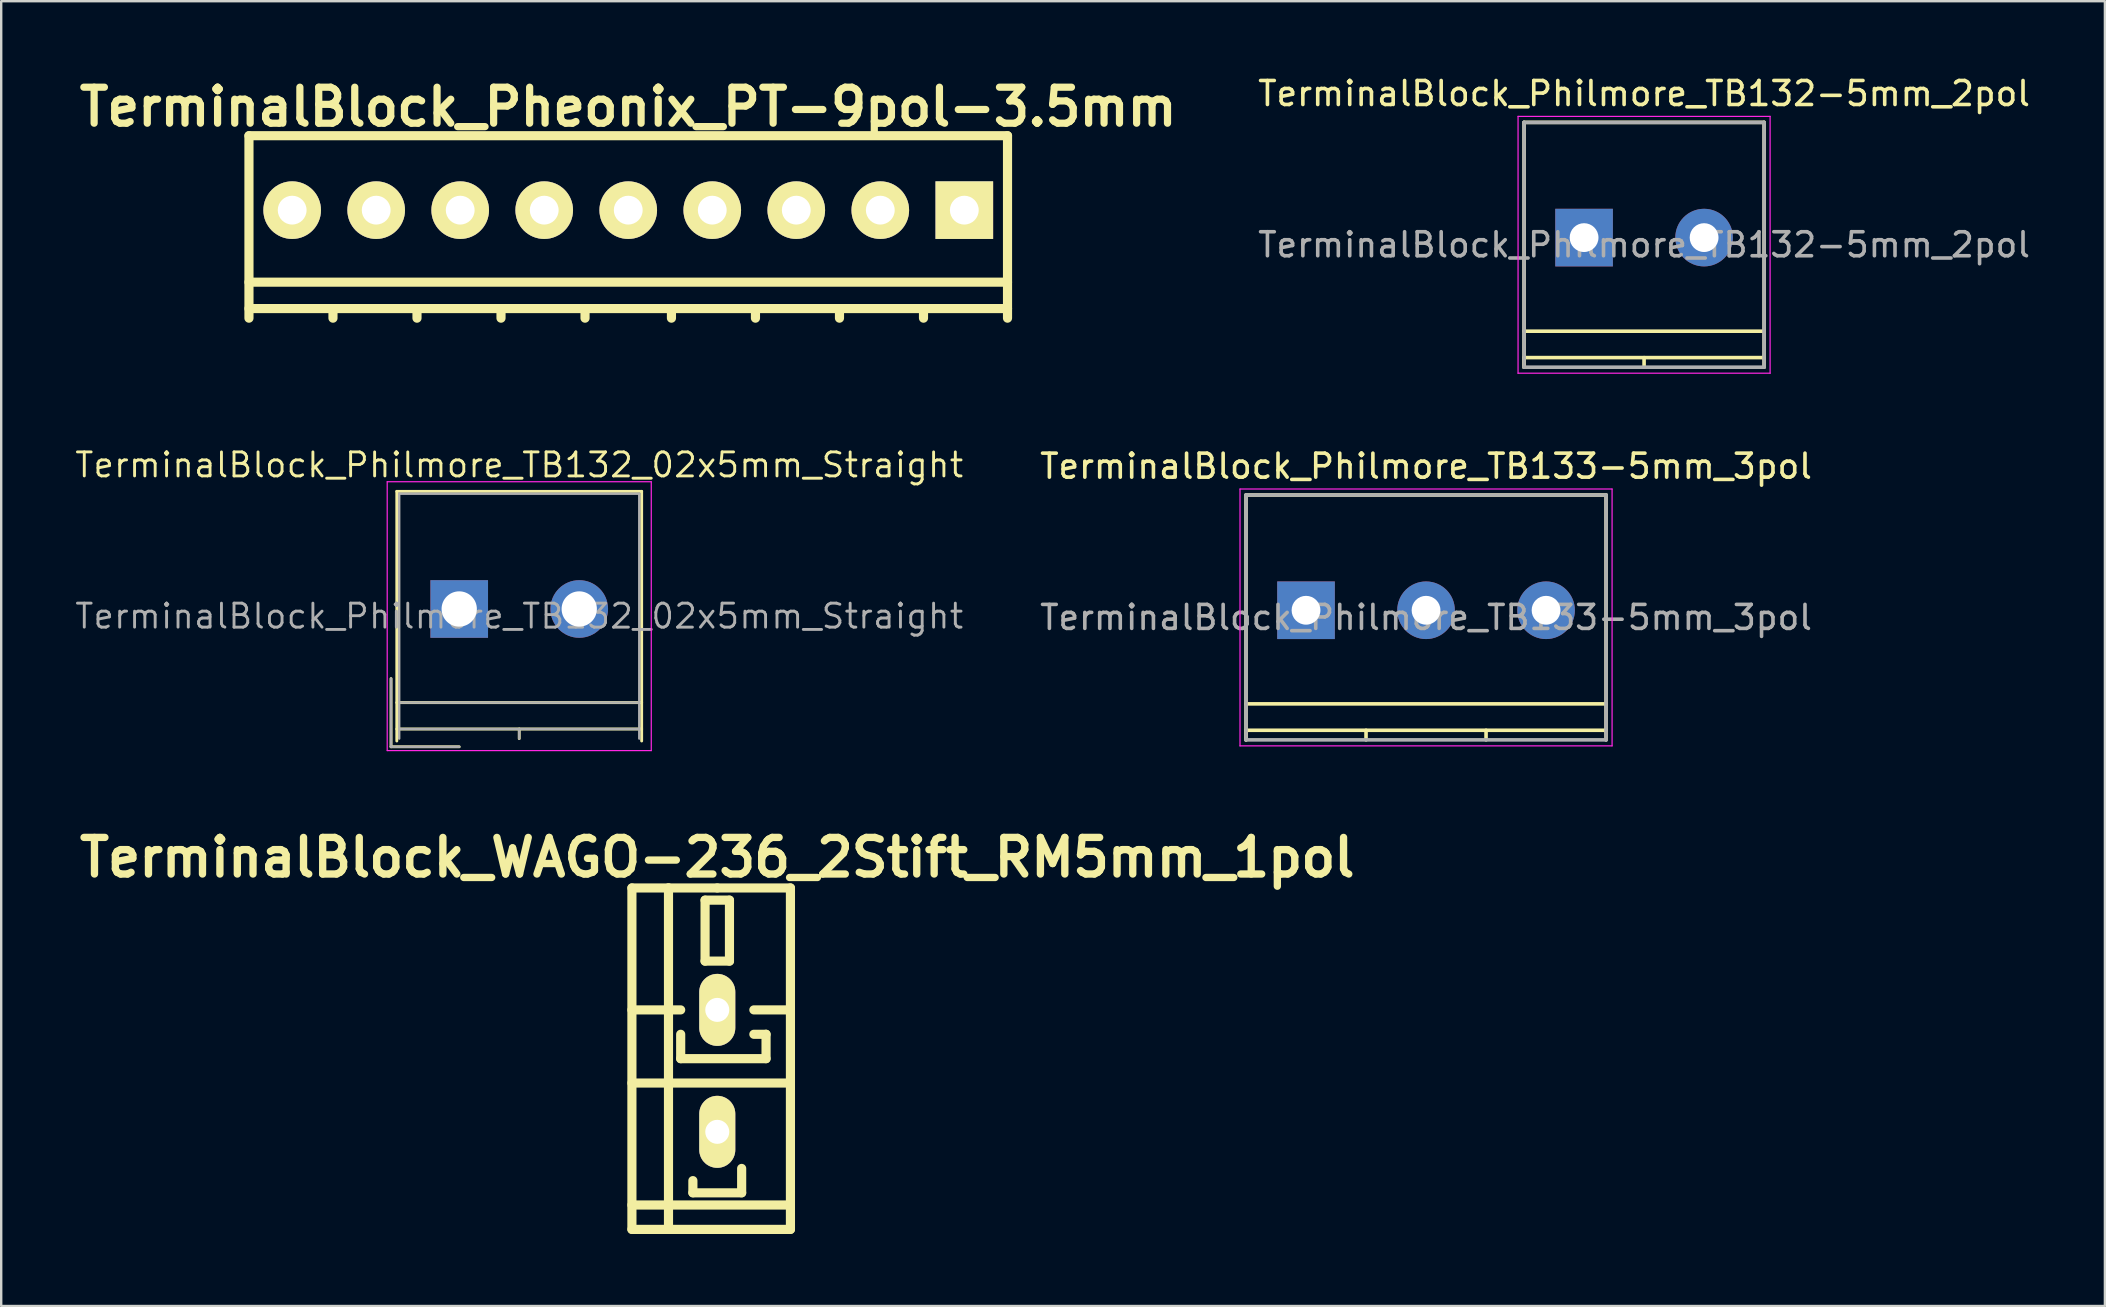
<source format=kicad_pcb>
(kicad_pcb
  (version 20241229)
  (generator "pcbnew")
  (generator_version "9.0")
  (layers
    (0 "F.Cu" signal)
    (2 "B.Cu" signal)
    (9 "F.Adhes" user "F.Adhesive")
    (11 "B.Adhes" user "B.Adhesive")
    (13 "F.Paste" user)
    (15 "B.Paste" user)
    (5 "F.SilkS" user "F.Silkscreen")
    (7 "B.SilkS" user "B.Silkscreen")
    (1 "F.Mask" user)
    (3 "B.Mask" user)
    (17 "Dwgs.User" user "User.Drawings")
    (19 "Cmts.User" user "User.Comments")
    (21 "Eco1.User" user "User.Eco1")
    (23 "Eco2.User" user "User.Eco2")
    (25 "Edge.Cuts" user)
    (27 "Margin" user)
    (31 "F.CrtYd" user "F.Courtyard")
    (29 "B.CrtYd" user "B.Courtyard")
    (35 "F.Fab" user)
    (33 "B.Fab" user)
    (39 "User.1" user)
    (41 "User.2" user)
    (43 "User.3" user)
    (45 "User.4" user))
  (footprint "TerminalBlock_Philmore_TB132-5mm_2pol"
    (layer "F.Cu")
    (at 62.939 6.848)
    (property "Reference" "TerminalBlock_Philmore_TB132-5mm_2pol" (at 2.5 -6 0) (layer "F.SilkS") (effects (font (size 1 1) (thickness 0.15))))
    (attr through_hole)
    (fp_line (start -2.5 -4.8) (end -2.5 5.4) (stroke (width 0.15) (type solid)) (layer "F.SilkS"))
    (fp_line (start -2.5 3.9) (end 7.5 3.9) (stroke (width 0.15) (type solid)) (layer "F.SilkS"))
    (fp_line (start -2.5 5) (end -2.5 5.4) (stroke (width 0.15) (type solid)) (layer "F.SilkS"))
    (fp_line (start -2.5 5) (end 7.5 5) (stroke (width 0.15) (type solid)) (layer "F.SilkS"))
    (fp_line (start 2.5 5) (end 2.5 5.4) (stroke (width 0.15) (type solid)) (layer "F.SilkS"))
    (fp_line (start 7.5 -4.8) (end -2.5 -4.8) (stroke (width 0.15) (type solid)) (layer "F.SilkS"))
    (fp_line (start 7.5 5.4) (end 7.5 -4.8) (stroke (width 0.15) (type solid)) (layer "F.SilkS"))
    (fp_line (start -2.75 -5.05) (end -2.75 5.65) (stroke (width 0.05) (type solid)) (layer "F.CrtYd"))
    (fp_line (start -2.75 5.65) (end 7.75 5.65) (stroke (width 0.05) (type solid)) (layer "F.CrtYd"))
    (fp_line (start 7.75 -5.05) (end -2.75 -5.05) (stroke (width 0.05) (type solid)) (layer "F.CrtYd"))
    (fp_line (start 7.75 5.65) (end 7.75 -5.05) (stroke (width 0.05) (type solid)) (layer "F.CrtYd"))
    (fp_line (start -2.5 -4.8) (end -2.5 5.4) (stroke (width 0.15) (type solid)) (layer "F.Fab"))
    (fp_line (start -2.5 5.4) (end 7.5 5.4) (stroke (width 0.15) (type solid)) (layer "F.Fab"))
    (fp_line (start 7.5 -4.8) (end -2.5 -4.8) (stroke (width 0.15) (type solid)) (layer "F.Fab"))
    (fp_line (start 7.5 5.4) (end 7.5 -4.8) (stroke (width 0.15) (type solid)) (layer "F.Fab"))
    (fp_text user "${REFERENCE}" (at 2.5 0.3 0) (layer "F.Fab") (effects (font (size 1 1) (thickness 0.15))))
    (pad "1" thru_hole rect (at 0 0) (size 2.4 2.4) (drill 1.2) (layers "*.Cu" "*.Mask"))
    (pad "2" thru_hole circle (at 5 0) (size 2.4 2.4) (drill 1.2) (layers "*.Cu" "*.Mask")))
  (footprint "TerminalBlock_WAGO-236_2Stift_RM5mm_1pol"
    (layer "F.Cu")
    (at 26.83 41.56)
    (property "Reference" "TerminalBlock_WAGO-236_2Stift_RM5mm_1pol" (at 0 -8.89 0) (layer "F.SilkS") (effects (font (size 1.524 1.524) (thickness 0.305))))
    (attr through_hole)
    (fp_line (start -3.556 -7.62) (end -2.032 -7.62) (stroke (width 0.381) (type solid)) (layer "F.SilkS"))
    (fp_line (start -3.556 -2.54) (end -1.524 -2.54) (stroke (width 0.381) (type solid)) (layer "F.SilkS"))
    (fp_line (start -3.556 0.508) (end 3.048 0.508) (stroke (width 0.381) (type solid)) (layer "F.SilkS"))
    (fp_line (start -3.556 5.588) (end 3.048 5.588) (stroke (width 0.381) (type solid)) (layer "F.SilkS"))
    (fp_line (start -3.556 6.604) (end -3.556 -7.62) (stroke (width 0.381) (type solid)) (layer "F.SilkS"))
    (fp_line (start -2.032 -7.62) (end 0 -7.62) (stroke (width 0.381) (type solid)) (layer "F.SilkS"))
    (fp_line (start -2.032 6.604) (end -3.556 6.604) (stroke (width 0.381) (type solid)) (layer "F.SilkS"))
    (fp_line (start -2.032 6.604) (end -2.032 -7.62) (stroke (width 0.381) (type solid)) (layer "F.SilkS"))
    (fp_line (start -1.524 -1.524) (end -1.524 -0.508) (stroke (width 0.381) (type solid)) (layer "F.SilkS"))
    (fp_line (start -1.524 -0.508) (end 2.032 -0.508) (stroke (width 0.381) (type solid)) (layer "F.SilkS"))
    (fp_line (start -1.016 4.572) (end -1.016 5.08) (stroke (width 0.381) (type solid)) (layer "F.SilkS"))
    (fp_line (start -1.016 5.08) (end 1.016 5.08) (stroke (width 0.381) (type solid)) (layer "F.SilkS"))
    (fp_line (start -0.508 -7.112) (end 0.508 -7.112) (stroke (width 0.381) (type solid)) (layer "F.SilkS"))
    (fp_line (start -0.508 -4.572) (end -0.508 -7.112) (stroke (width 0.381) (type solid)) (layer "F.SilkS"))
    (fp_line (start 0 -7.62) (end 3.048 -7.62) (stroke (width 0.381) (type solid)) (layer "F.SilkS"))
    (fp_line (start 0.508 -7.112) (end 0.508 -4.572) (stroke (width 0.381) (type solid)) (layer "F.SilkS"))
    (fp_line (start 0.508 -4.572) (end -0.508 -4.572) (stroke (width 0.381) (type solid)) (layer "F.SilkS"))
    (fp_line (start 1.016 5.08) (end 1.016 4.064) (stroke (width 0.381) (type solid)) (layer "F.SilkS"))
    (fp_line (start 1.524 -2.54) (end 3.048 -2.54) (stroke (width 0.381) (type solid)) (layer "F.SilkS"))
    (fp_line (start 2.032 -1.524) (end 1.524 -1.524) (stroke (width 0.381) (type solid)) (layer "F.SilkS"))
    (fp_line (start 2.032 -0.508) (end 2.032 -1.524) (stroke (width 0.381) (type solid)) (layer "F.SilkS"))
    (fp_line (start 3.048 -7.62) (end 3.048 6.604) (stroke (width 0.381) (type solid)) (layer "F.SilkS"))
    (fp_line (start 3.048 6.604) (end -2.032 6.604) (stroke (width 0.381) (type solid)) (layer "F.SilkS"))
    (pad "1" thru_hole oval (at 0 -2.54 90) (size 3 1.501) (drill 1.001) (layers "*.Cu" "*.Mask" "F.SilkS"))
    (pad "1" thru_hole oval (at 0 2.54 90) (size 3 1.501) (drill 1.001) (layers "*.Cu" "*.Mask" "F.SilkS")))
  (footprint "TerminalBlock_Pheonix_PT-9pol-3.5mm"
    (layer "F.Cu")
    (at 23.121 6.404)
    (property "Reference" "TerminalBlock_Pheonix_PT-9pol-3.5mm" (at 0 -5 0) (layer "F.SilkS") (effects (font (size 1.5 1.5) (thickness 0.3))))
    (attr through_hole)
    (fp_line (start -15.8 -3.8) (end -15.8 3.8) (stroke (width 0.381) (type solid)) (layer "F.SilkS"))
    (fp_line (start -15.8 2.3) (end 15.8 2.3) (stroke (width 0.381) (type solid)) (layer "F.SilkS"))
    (fp_line (start -15.8 3.4) (end 15.8 3.4) (stroke (width 0.381) (type solid)) (layer "F.SilkS"))
    (fp_line (start -12.3 3.4) (end -12.3 3.8) (stroke (width 0.381) (type solid)) (layer "F.SilkS"))
    (fp_line (start -8.8 3.4) (end -8.8 3.8) (stroke (width 0.381) (type solid)) (layer "F.SilkS"))
    (fp_line (start -5.3 3.4) (end -5.3 3.8) (stroke (width 0.381) (type solid)) (layer "F.SilkS"))
    (fp_line (start -1.8 3.4) (end -1.8 3.8) (stroke (width 0.381) (type solid)) (layer "F.SilkS"))
    (fp_line (start 1.8 3.4) (end 1.8 3.8) (stroke (width 0.381) (type solid)) (layer "F.SilkS"))
    (fp_line (start 5.3 3.4) (end 5.3 3.8) (stroke (width 0.381) (type solid)) (layer "F.SilkS"))
    (fp_line (start 8.8 3.4) (end 8.8 3.8) (stroke (width 0.381) (type solid)) (layer "F.SilkS"))
    (fp_line (start 12.3 3.4) (end 12.3 3.8) (stroke (width 0.381) (type solid)) (layer "F.SilkS"))
    (fp_line (start 15.8 -3.8) (end -15.8 -3.8) (stroke (width 0.381) (type solid)) (layer "F.SilkS"))
    (fp_line (start 15.8 3.8) (end 15.8 -3.8) (stroke (width 0.381) (type solid)) (layer "F.SilkS"))
    (pad "1" thru_hole rect (at 14 -0.7) (size 2.4 2.4) (drill 1.2) (layers "*.Cu" "*.Mask" "F.SilkS"))
    (pad "2" thru_hole circle (at 10.5 -0.7) (size 2.4 2.4) (drill 1.2) (layers "*.Cu" "*.Mask" "F.SilkS"))
    (pad "3" thru_hole circle (at 7 -0.7) (size 2.4 2.4) (drill 1.2) (layers "*.Cu" "*.Mask" "F.SilkS"))
    (pad "4" thru_hole circle (at 3.5 -0.7) (size 2.4 2.4) (drill 1.2) (layers "*.Cu" "*.Mask" "F.SilkS"))
    (pad "5" thru_hole circle (at 0 -0.7) (size 2.4 2.4) (drill 1.2) (layers "*.Cu" "*.Mask" "F.SilkS"))
    (pad "6" thru_hole circle (at -3.5 -0.7) (size 2.4 2.4) (drill 1.2) (layers "*.Cu" "*.Mask" "F.SilkS"))
    (pad "7" thru_hole circle (at -7 -0.7) (size 2.4 2.4) (drill 1.2) (layers "*.Cu" "*.Mask" "F.SilkS"))
    (pad "8" thru_hole circle (at -10.5 -0.7) (size 2.4 2.4) (drill 1.2) (layers "*.Cu" "*.Mask" "F.SilkS"))
    (pad "9" thru_hole circle (at -14 -0.7) (size 2.4 2.4) (drill 1.2) (layers "*.Cu" "*.Mask" "F.SilkS")))
  (footprint "TerminalBlock_Philmore_TB133-5mm_3pol"
    (layer "F.Cu")
    (at 51.356 22.372)
    (property "Reference" "TerminalBlock_Philmore_TB133-5mm_3pol" (at 5 -6 0) (layer "F.SilkS") (effects (font (size 1 1) (thickness 0.15))))
    (attr through_hole)
    (fp_line (start -2.5 -4.8) (end -2.5 5.4) (stroke (width 0.15) (type solid)) (layer "F.SilkS"))
    (fp_line (start -2.5 3.9) (end 12.5 3.9) (stroke (width 0.15) (type solid)) (layer "F.SilkS"))
    (fp_line (start -2.5 5) (end -2.5 5.4) (stroke (width 0.15) (type solid)) (layer "F.SilkS"))
    (fp_line (start -2.5 5) (end 12.5 5) (stroke (width 0.15) (type solid)) (layer "F.SilkS"))
    (fp_line (start 2.5 5) (end 2.5 5.4) (stroke (width 0.15) (type solid)) (layer "F.SilkS"))
    (fp_line (start 7.5 5) (end 7.5 5.4) (stroke (width 0.15) (type solid)) (layer "F.SilkS"))
    (fp_line (start 12.5 -4.8) (end -2.5 -4.8) (stroke (width 0.15) (type solid)) (layer "F.SilkS"))
    (fp_line (start 12.5 5.4) (end 12.5 -4.8) (stroke (width 0.15) (type solid)) (layer "F.SilkS"))
    (fp_line (start -2.75 -5.05) (end -2.75 5.65) (stroke (width 0.05) (type solid)) (layer "F.CrtYd"))
    (fp_line (start -2.75 5.65) (end 12.75 5.65) (stroke (width 0.05) (type solid)) (layer "F.CrtYd"))
    (fp_line (start 12.75 -5.05) (end -2.75 -5.05) (stroke (width 0.05) (type solid)) (layer "F.CrtYd"))
    (fp_line (start 12.75 5.65) (end 12.75 -5.05) (stroke (width 0.05) (type solid)) (layer "F.CrtYd"))
    (fp_line (start -2.5 -4.8) (end -2.5 5.4) (stroke (width 0.15) (type solid)) (layer "F.Fab"))
    (fp_line (start -2.5 5.4) (end 12.5 5.4) (stroke (width 0.15) (type solid)) (layer "F.Fab"))
    (fp_line (start 12.5 -4.8) (end -2.5 -4.8) (stroke (width 0.15) (type solid)) (layer "F.Fab"))
    (fp_line (start 12.5 5.4) (end 12.5 -4.8) (stroke (width 0.15) (type solid)) (layer "F.Fab"))
    (fp_text user "${REFERENCE}" (at 5 0.3 0) (layer "F.Fab") (effects (font (size 1 1) (thickness 0.15))))
    (pad "1" thru_hole rect (at 0 0) (size 2.4 2.4) (drill 1.2) (layers "*.Cu" "*.Mask"))
    (pad "2" thru_hole circle (at 5 0) (size 2.4 2.4) (drill 1.2) (layers "*.Cu" "*.Mask"))
    (pad "3" thru_hole circle (at 10 0) (size 2.4 2.4) (drill 1.2) (layers "*.Cu" "*.Mask")))
  (footprint "TerminalBlock_Philmore_TB132_02x5mm_Straight"
    (layer "F.Cu")
    (at 16.08 22.319)
    (property "Reference" "TerminalBlock_Philmore_TB132_02x5mm_Straight" (at 2.5 -6 0) (layer "F.SilkS") (effects (font (size 1 1) (thickness 0.12))))
    (attr through_hole)
    (fp_line (start -2.84 2.9) (end -2.84 5.74) (stroke (width 0.12) (type solid)) (layer "F.SilkS"))
    (fp_line (start -2.84 5.74) (end 0 5.74) (stroke (width 0.12) (type solid)) (layer "F.SilkS"))
    (fp_line (start -2.6 -4.9) (end 7.6 -4.9) (stroke (width 0.12) (type solid)) (layer "F.SilkS"))
    (fp_line (start -2.6 3.9) (end 7.6 3.9) (stroke (width 0.12) (type solid)) (layer "F.SilkS"))
    (fp_line (start -2.6 5) (end 7.6 5) (stroke (width 0.12) (type solid)) (layer "F.SilkS"))
    (fp_line (start -2.6 5.5) (end -2.6 -4.9) (stroke (width 0.12) (type solid)) (layer "F.SilkS"))
    (fp_line (start 2.5 5) (end 2.5 5.4) (stroke (width 0.12) (type solid)) (layer "F.SilkS"))
    (fp_line (start 7.6 -4.9) (end 7.6 5.5) (stroke (width 0.12) (type solid)) (layer "F.SilkS"))
    (fp_line (start -3 -5.3) (end -3 5.9) (stroke (width 0.05) (type solid)) (layer "F.CrtYd"))
    (fp_line (start -3 5.9) (end 8 5.9) (stroke (width 0.05) (type solid)) (layer "F.CrtYd"))
    (fp_line (start 8 -5.3) (end -3 -5.3) (stroke (width 0.05) (type solid)) (layer "F.CrtYd"))
    (fp_line (start 8 5.9) (end 8 -5.3) (stroke (width 0.05) (type solid)) (layer "F.CrtYd"))
    (fp_line (start -2.84 2.9) (end -2.84 5.74) (stroke (width 0.1) (type solid)) (layer "F.Fab"))
    (fp_line (start -2.84 5.74) (end 0 5.74) (stroke (width 0.1) (type solid)) (layer "F.Fab"))
    (fp_line (start -2.5 -4.8) (end 7.5 -4.8) (stroke (width 0.1) (type solid)) (layer "F.Fab"))
    (fp_line (start -2.5 3.9) (end 7.5 3.9) (stroke (width 0.1) (type solid)) (layer "F.Fab"))
    (fp_line (start -2.5 5) (end 7.5 5) (stroke (width 0.1) (type solid)) (layer "F.Fab"))
    (fp_line (start -2.5 5.4) (end -2.5 -4.8) (stroke (width 0.1) (type solid)) (layer "F.Fab"))
    (fp_line (start 2.5 5) (end 2.5 5.4) (stroke (width 0.1) (type solid)) (layer "F.Fab"))
    (fp_line (start 7.5 -4.8) (end 7.5 5.4) (stroke (width 0.1) (type solid)) (layer "F.Fab"))
    (fp_text user "${REFERENCE}" (at 2.5 0.3 0) (layer "F.Fab") (effects (font (size 1 1) (thickness 0.12))))
    (pad "1" thru_hole rect (at 0 0) (size 2.4 2.4) (drill 1.47) (layers "*.Cu" "*.Mask"))
    (pad "2" thru_hole circle (at 5 0) (size 2.4 2.4) (drill 1.47) (layers "*.Cu" "*.Mask")))
  (gr_rect
    (start -3 -3)
    (end 84.636 51.355)
    (stroke (width 0.1) (type default))
    (fill no)
    (layer "Edge.Cuts")))
</source>
